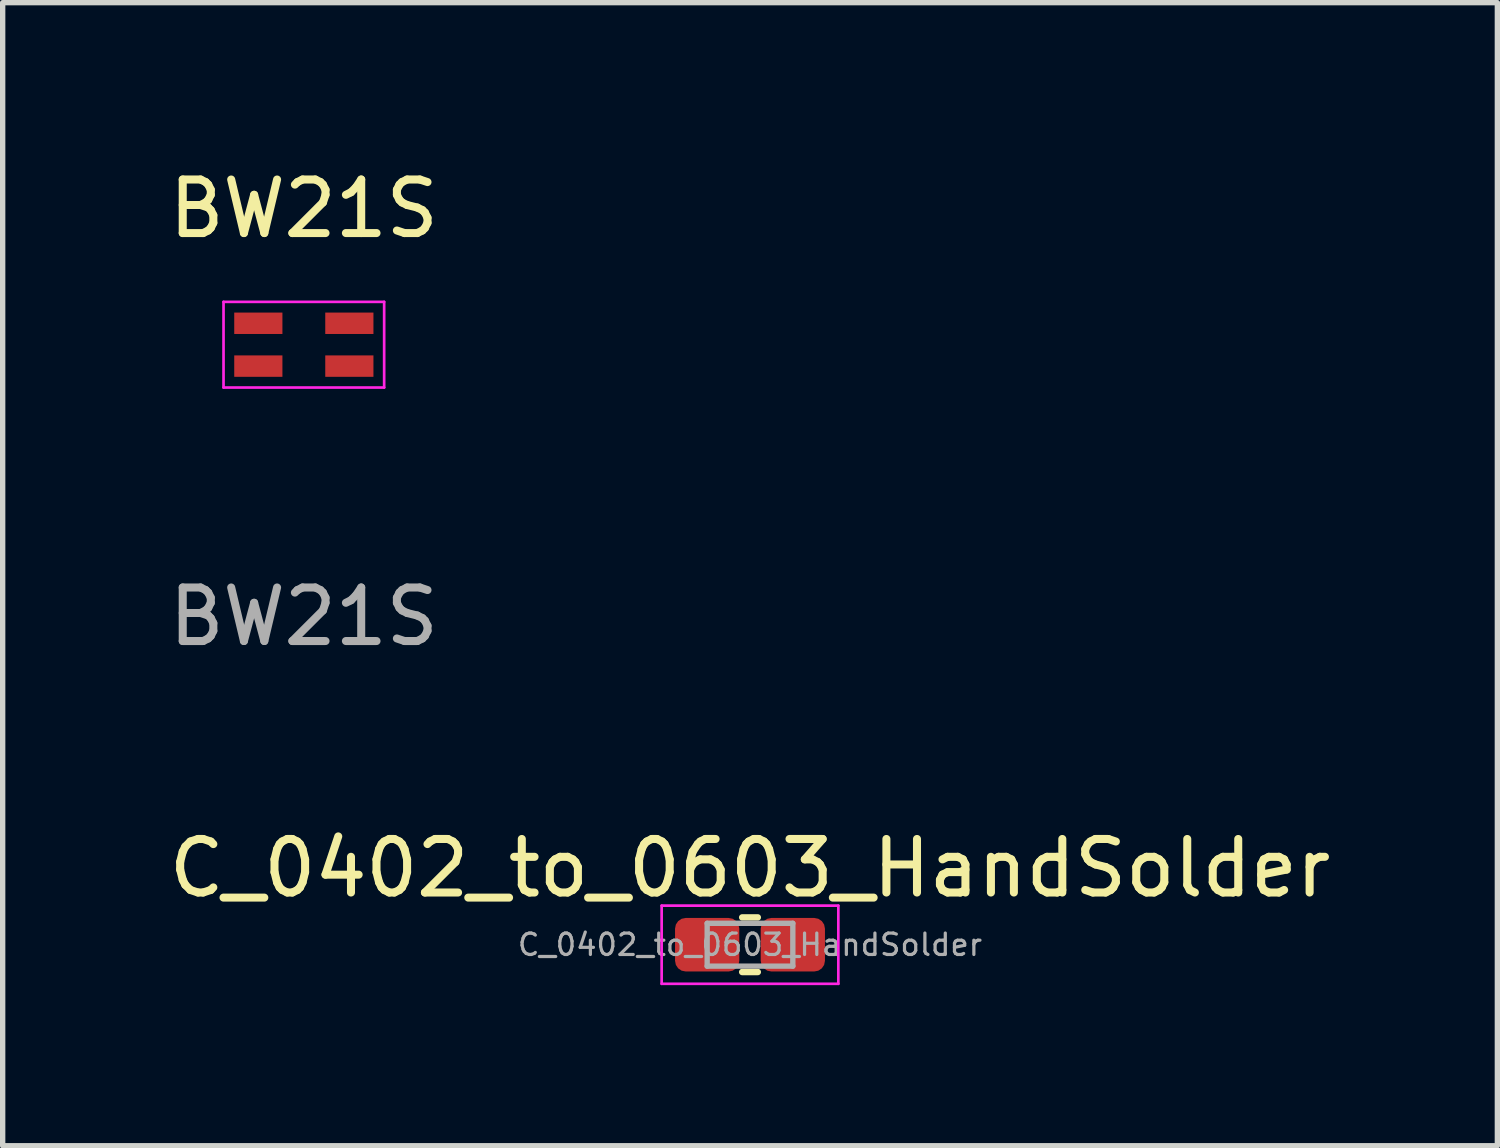
<source format=kicad_pcb>
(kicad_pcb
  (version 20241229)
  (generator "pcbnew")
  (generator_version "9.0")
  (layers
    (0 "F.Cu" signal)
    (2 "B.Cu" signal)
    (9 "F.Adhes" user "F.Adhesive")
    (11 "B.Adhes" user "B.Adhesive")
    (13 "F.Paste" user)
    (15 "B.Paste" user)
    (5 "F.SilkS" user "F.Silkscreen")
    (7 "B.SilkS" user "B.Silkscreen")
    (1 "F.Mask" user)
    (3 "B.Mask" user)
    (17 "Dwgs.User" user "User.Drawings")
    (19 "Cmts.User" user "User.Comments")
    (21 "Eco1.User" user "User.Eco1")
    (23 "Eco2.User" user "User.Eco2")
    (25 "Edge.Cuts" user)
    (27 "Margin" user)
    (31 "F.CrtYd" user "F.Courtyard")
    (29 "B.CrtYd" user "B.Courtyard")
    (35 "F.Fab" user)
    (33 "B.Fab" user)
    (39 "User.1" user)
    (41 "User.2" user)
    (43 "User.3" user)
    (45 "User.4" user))
  (footprint "BW21S"
    (layer "F.Cu")
    (at 2.625 3.388)
    (property "Reference" "BW21S" (at 0 -2.54 0) (unlocked yes) (layer "F.SilkS") (effects (font (size 1 1) (thickness 0.15))))
    (attr smd)
    (fp_line (start -1.5 -0.8) (end 1.5 -0.8) (stroke (width 0.05) (type solid)) (layer "F.CrtYd"))
    (fp_line (start -1.5 0.8) (end -1.5 -0.8) (stroke (width 0.05) (type solid)) (layer "F.CrtYd"))
    (fp_line (start 1.5 -0.8) (end 1.5 0.8) (stroke (width 0.05) (type solid)) (layer "F.CrtYd"))
    (fp_line (start 1.5 0.8) (end -1.5 0.8) (stroke (width 0.05) (type solid)) (layer "F.CrtYd"))
    (fp_text user "${REFERENCE}" (at 0 5.08 0) (unlocked yes) (layer "F.Fab") (effects (font (size 1 1) (thickness 0.15))))
    (pad "1" smd rect (at -0.85 -0.4) (size 0.9 0.4) (layers "F.Cu" "F.Mask" "F.Paste"))
    (pad "2" smd rect (at 0.85 -0.4) (size 0.9 0.4) (layers "F.Cu" "F.Mask" "F.Paste"))
    (pad "3" smd rect (at 0.85 0.4) (size 0.9 0.4) (layers "F.Cu" "F.Mask" "F.Paste"))
    (pad "4" smd rect (at -0.85 0.4) (size 0.9 0.4) (layers "F.Cu" "F.Mask" "F.Paste")))
  (footprint "C_0402_to_0603_HandSolder"
    (layer "F.Cu")
    (at 10.958 14.595)
    (property "Reference" "C_0402_to_0603_HandSolder" (at 0 -1.43 0) (layer "F.SilkS") (effects (font (size 1 1) (thickness 0.15))))
    (attr smd)
    (fp_line (start -0.146 -0.51) (end 0.146 -0.51) (stroke (width 0.12) (type solid)) (layer "F.SilkS"))
    (fp_line (start -0.146 0.51) (end 0.146 0.51) (stroke (width 0.12) (type solid)) (layer "F.SilkS"))
    (fp_line (start -1.65 -0.73) (end 1.65 -0.73) (stroke (width 0.05) (type solid)) (layer "F.CrtYd"))
    (fp_line (start -1.65 0.73) (end -1.65 -0.73) (stroke (width 0.05) (type solid)) (layer "F.CrtYd"))
    (fp_line (start 1.65 -0.73) (end 1.65 0.73) (stroke (width 0.05) (type solid)) (layer "F.CrtYd"))
    (fp_line (start 1.65 0.73) (end -1.65 0.73) (stroke (width 0.05) (type solid)) (layer "F.CrtYd"))
    (fp_line (start -0.8 -0.4) (end 0.8 -0.4) (stroke (width 0.1) (type solid)) (layer "F.Fab"))
    (fp_line (start -0.8 0.4) (end -0.8 -0.4) (stroke (width 0.1) (type solid)) (layer "F.Fab"))
    (fp_line (start 0.8 -0.4) (end 0.8 0.4) (stroke (width 0.1) (type solid)) (layer "F.Fab"))
    (fp_line (start 0.8 0.4) (end -0.8 0.4) (stroke (width 0.1) (type solid)) (layer "F.Fab"))
    (fp_text user "${REFERENCE}" (at 0 0 0) (layer "F.Fab") (effects (font (size 0.4 0.4) (thickness 0.06))))
    (pad "1" smd roundrect (at -0.8 0) (size 1.2 1) (layers "F.Cu" "F.Mask" "F.Paste") (roundrect_rratio 0.2))
    (pad "2" smd roundrect (at 0.8 0) (size 1.2 1) (layers "F.Cu" "F.Mask" "F.Paste") (roundrect_rratio 0.2)))
  (gr_rect
    (start -3 -3)
    (end 24.917 18.35)
    (stroke (width 0.1) (type default))
    (fill no)
    (layer "Edge.Cuts")))
</source>
